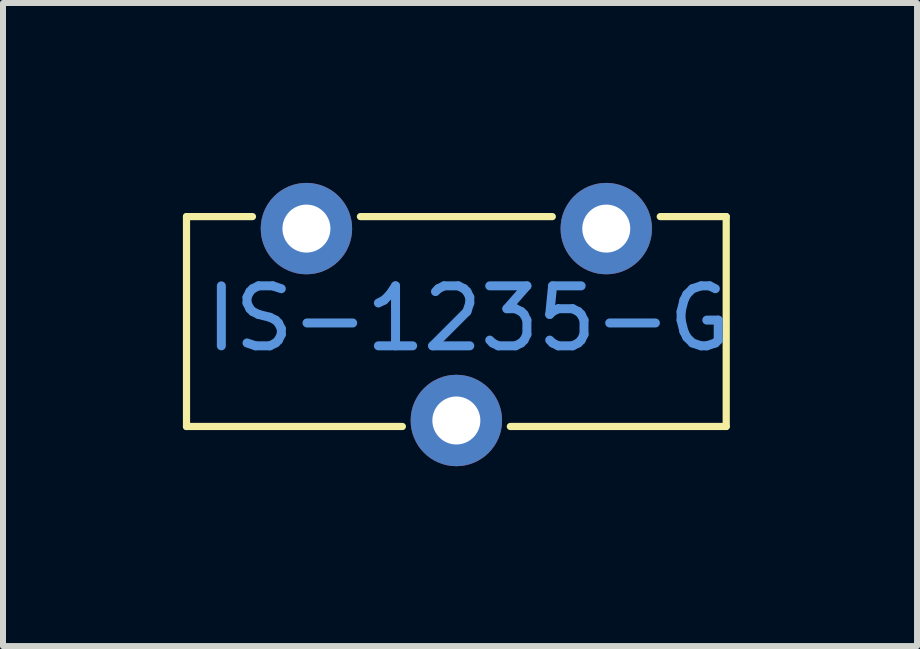
<source format=kicad_pcb>
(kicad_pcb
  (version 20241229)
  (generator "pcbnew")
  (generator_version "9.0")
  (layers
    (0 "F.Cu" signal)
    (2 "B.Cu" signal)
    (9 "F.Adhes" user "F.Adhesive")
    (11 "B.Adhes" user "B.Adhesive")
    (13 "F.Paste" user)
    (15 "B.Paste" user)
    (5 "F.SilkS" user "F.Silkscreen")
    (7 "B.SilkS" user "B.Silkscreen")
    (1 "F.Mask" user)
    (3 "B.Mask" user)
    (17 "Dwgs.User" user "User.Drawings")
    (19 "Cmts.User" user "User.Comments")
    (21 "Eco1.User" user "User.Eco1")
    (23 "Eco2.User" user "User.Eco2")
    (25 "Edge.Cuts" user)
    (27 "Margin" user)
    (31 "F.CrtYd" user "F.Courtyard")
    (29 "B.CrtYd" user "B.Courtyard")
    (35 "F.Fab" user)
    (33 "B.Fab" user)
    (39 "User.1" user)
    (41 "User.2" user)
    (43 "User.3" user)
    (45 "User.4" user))
  (footprint "IS-1235-G"
    (layer "F.Cu")
    (at 4.56 2.462)
    (property "Reference" "IS-1235-G" (at 0.2 -0.2 0) (layer "Cmts.User") (effects (font (size 1 1) (thickness 0.15))))
    (attr through_hole)
    (fp_line (start -4.5 -1.9) (end -4.5 1.6) (stroke (width 0.12) (type solid)) (layer "F.SilkS"))
    (fp_line (start -4.5 -1.9) (end -3.4 -1.9) (stroke (width 0.12) (type solid)) (layer "F.SilkS"))
    (fp_line (start -4.5 1.6) (end -0.9 1.6) (stroke (width 0.12) (type solid)) (layer "F.SilkS"))
    (fp_line (start -1.6 -1.9) (end 1.6 -1.9) (stroke (width 0.12) (type solid)) (layer "F.SilkS"))
    (fp_line (start 3.4 -1.9) (end 4.5 -1.9) (stroke (width 0.12) (type solid)) (layer "F.SilkS"))
    (fp_line (start 4.5 -1.9) (end 4.5 1.6) (stroke (width 0.12) (type solid)) (layer "F.SilkS"))
    (fp_line (start 4.5 1.6) (end 0.9 1.6) (stroke (width 0.12) (type solid)) (layer "F.SilkS"))
    (pad "1" thru_hole circle (at -2.5 -1.7) (size 1.524 1.524) (drill 0.8) (layers "*.Cu" "*.Mask"))
    (pad "2" thru_hole circle (at 0 1.5) (size 1.524 1.524) (drill 0.8) (layers "*.Cu" "*.Mask"))
    (pad "3" thru_hole circle (at 2.5 -1.7) (size 1.524 1.524) (drill 0.8) (layers "*.Cu" "*.Mask")))
  (gr_rect
    (start -3 -3)
    (end 12.242 7.724)
    (stroke (width 0.1) (type default))
    (fill no)
    (layer "Edge.Cuts")))
</source>
